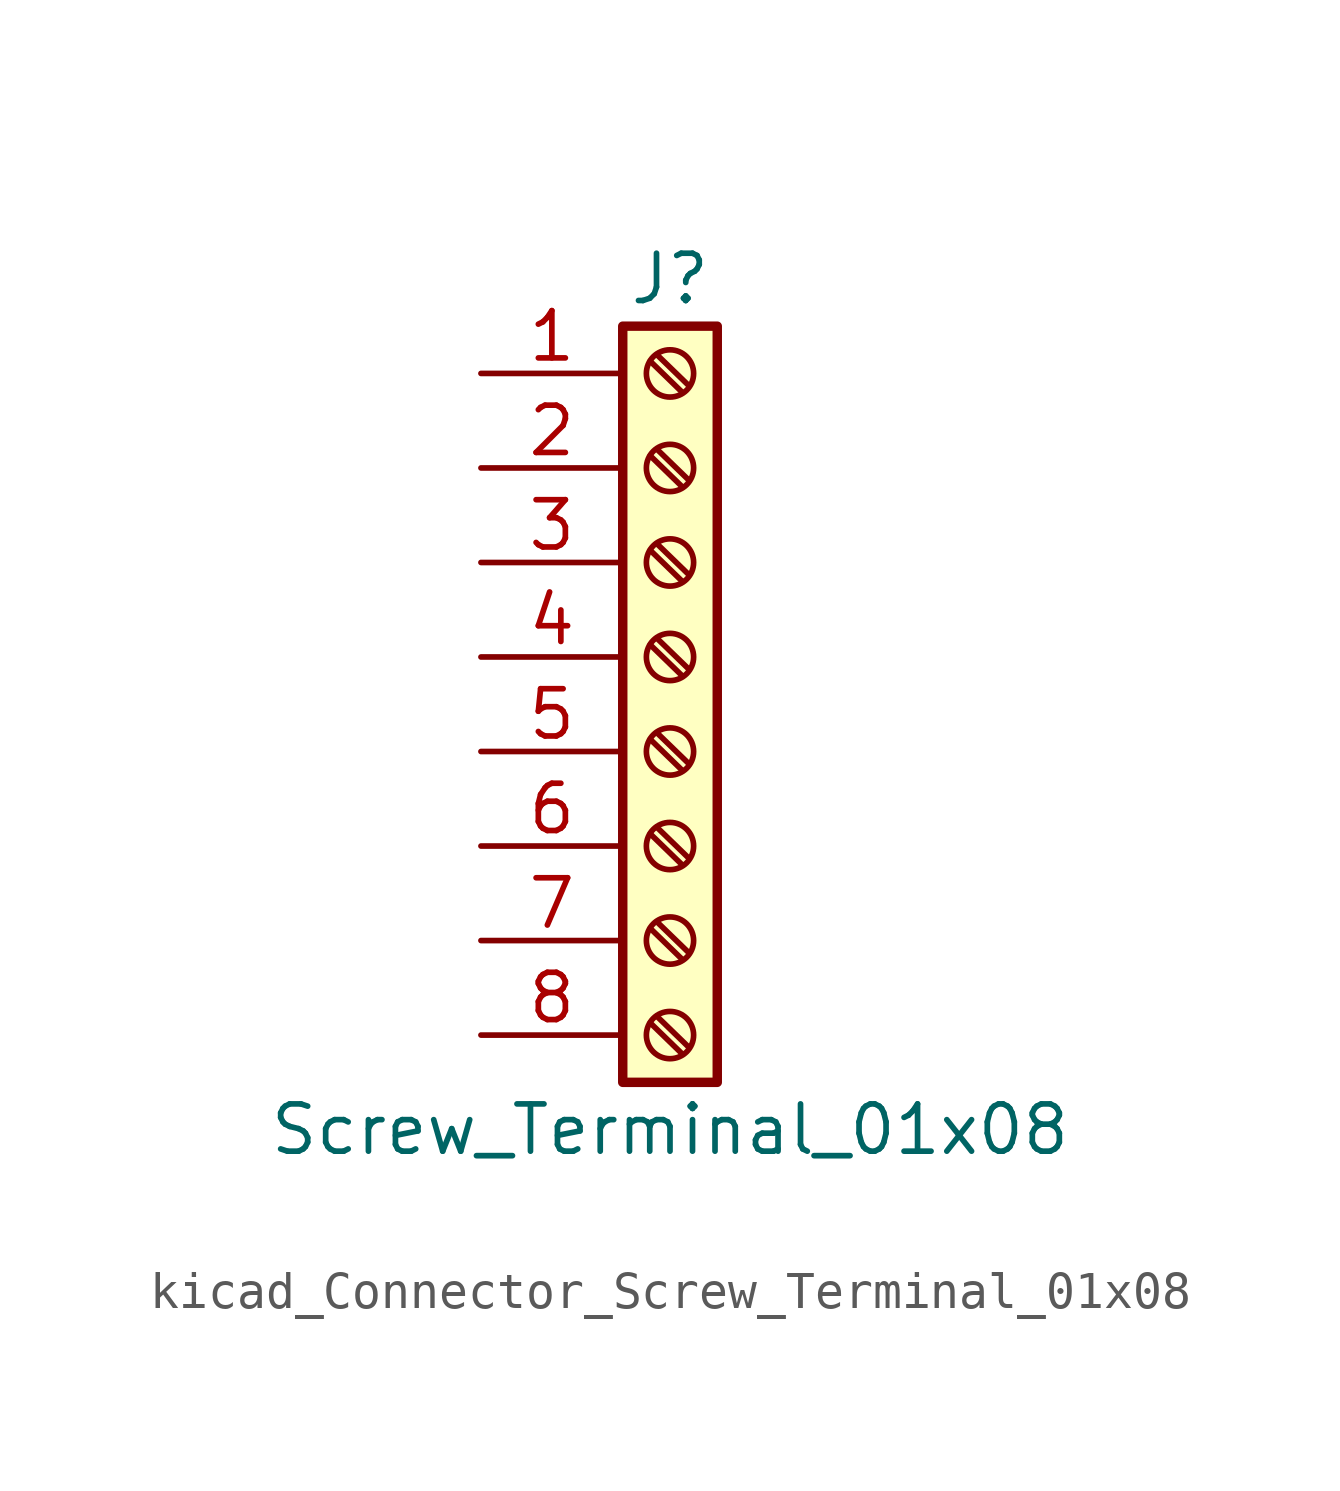
<source format=kicad_sym>
(kicad_symbol_lib
  (version 20220914)
  (generator kicad_symbol_editor)
  (symbol "kicad_Connector_Screw_Terminal_01x08"
    (pin_names
      (offset 1.016) hide)
    (property "Reference" "J"
      (at 0 10.16 0)
      (effects (font (size 1.27 1.27))))
    (property "Value" "Screw_Terminal_01x08"
      (at 0 -12.7 0)
      (effects (font (size 1.27 1.27))))
    (symbol "kicad_Connector_Screw_Terminal_01x08_1_1"
      (rectangle (start -1.27 8.89) (end 1.27 -11.43) (stroke (width 0.254) (type default)) (fill (type background)))
      (circle (center 0 -10.16) (radius 0.635) (stroke (width 0.152) (type default)) (fill (type none)))
      (circle (center 0 -7.62) (radius 0.635) (stroke (width 0.152) (type default)) (fill (type none)))
      (circle (center 0 -5.08) (radius 0.635) (stroke (width 0.152) (type default)) (fill (type none)))
      (circle (center 0 -2.54) (radius 0.635) (stroke (width 0.152) (type default)) (fill (type none)))
      (polyline (pts (xy -0.533 -9.83) (xy 0.33 -10.668)) (stroke (width 0.152) (type default)) (fill (type none)))
      (polyline (pts (xy -0.533 -7.29) (xy 0.33 -8.128)) (stroke (width 0.152) (type default)) (fill (type none)))
      (polyline (pts (xy -0.533 -4.75) (xy 0.33 -5.588)) (stroke (width 0.152) (type default)) (fill (type none)))
      (polyline (pts (xy -0.533 -2.21) (xy 0.33 -3.048)) (stroke (width 0.152) (type default)) (fill (type none)))
      (polyline (pts (xy -0.533 0.33) (xy 0.33 -0.508)) (stroke (width 0.152) (type default)) (fill (type none)))
      (polyline (pts (xy -0.533 2.87) (xy 0.33 2.032)) (stroke (width 0.152) (type default)) (fill (type none)))
      (polyline (pts (xy -0.533 5.41) (xy 0.33 4.572)) (stroke (width 0.152) (type default)) (fill (type none)))
      (polyline (pts (xy -0.533 7.95) (xy 0.33 7.112)) (stroke (width 0.152) (type default)) (fill (type none)))
      (polyline (pts (xy -0.356 -9.652) (xy 0.508 -10.49)) (stroke (width 0.152) (type default)) (fill (type none)))
      (polyline (pts (xy -0.356 -7.112) (xy 0.508 -7.95)) (stroke (width 0.152) (type default)) (fill (type none)))
      (polyline (pts (xy -0.356 -4.572) (xy 0.508 -5.41)) (stroke (width 0.152) (type default)) (fill (type none)))
      (polyline (pts (xy -0.356 -2.032) (xy 0.508 -2.87)) (stroke (width 0.152) (type default)) (fill (type none)))
      (polyline (pts (xy -0.356 0.508) (xy 0.508 -0.33)) (stroke (width 0.152) (type default)) (fill (type none)))
      (polyline (pts (xy -0.356 3.048) (xy 0.508 2.21)) (stroke (width 0.152) (type default)) (fill (type none)))
      (polyline (pts (xy -0.356 5.588) (xy 0.508 4.75)) (stroke (width 0.152) (type default)) (fill (type none)))
      (polyline (pts (xy -0.356 8.128) (xy 0.508 7.29)) (stroke (width 0.152) (type default)) (fill (type none)))
      (circle (center 0 0) (radius 0.635) (stroke (width 0.152) (type default)) (fill (type none)))
      (circle (center 0 2.54) (radius 0.635) (stroke (width 0.152) (type default)) (fill (type none)))
      (circle (center 0 5.08) (radius 0.635) (stroke (width 0.152) (type default)) (fill (type none)))
      (circle (center 0 7.62) (radius 0.635) (stroke (width 0.152) (type default)) (fill (type none)))
      (pin passive line (at -5.08 7.62 0) (length 3.81) (name "Pin_1" (effects (font (size 1.27 1.27)))) (number "1" (effects (font (size 1.27 1.27)))))
      (pin passive line (at -5.08 5.08 0) (length 3.81) (name "Pin_2" (effects (font (size 1.27 1.27)))) (number "2" (effects (font (size 1.27 1.27)))))
      (pin passive line (at -5.08 2.54 0) (length 3.81) (name "Pin_3" (effects (font (size 1.27 1.27)))) (number "3" (effects (font (size 1.27 1.27)))))
      (pin passive line (at -5.08 0 0) (length 3.81) (name "Pin_4" (effects (font (size 1.27 1.27)))) (number "4" (effects (font (size 1.27 1.27)))))
      (pin passive line (at -5.08 -2.54 0) (length 3.81) (name "Pin_5" (effects (font (size 1.27 1.27)))) (number "5" (effects (font (size 1.27 1.27)))))
      (pin passive line (at -5.08 -5.08 0) (length 3.81) (name "Pin_6" (effects (font (size 1.27 1.27)))) (number "6" (effects (font (size 1.27 1.27)))))
      (pin passive line (at -5.08 -7.62 0) (length 3.81) (name "Pin_7" (effects (font (size 1.27 1.27)))) (number "7" (effects (font (size 1.27 1.27)))))
      (pin passive line (at -5.08 -10.16 0) (length 3.81) (name "Pin_8" (effects (font (size 1.27 1.27)))) (number "8" (effects (font (size 1.27 1.27))))))))
</source>
